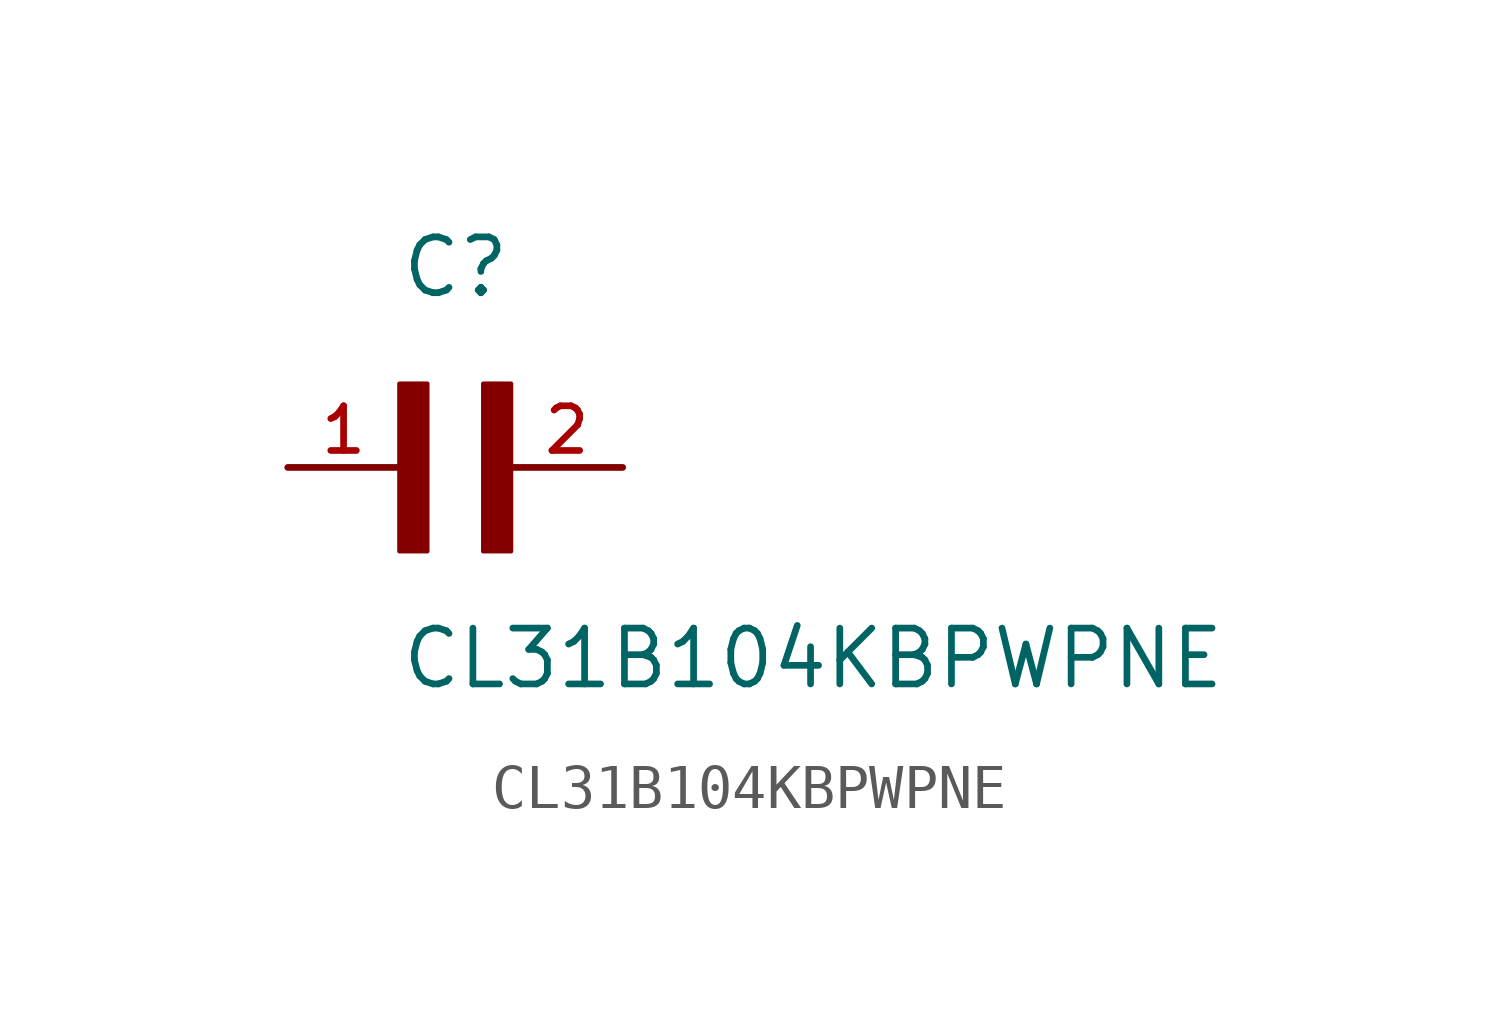
<source format=kicad_sym>
(kicad_symbol_lib
  (version 20211014)
  (generator kicad_symbol_editor)
  (symbol "CL31B104KBPWPNE"
    (pin_names
      (offset 1.016))
    (property "Reference" "C"
      (at 0.0 3.811 0)
      (effects (font (size 1.27 1.27)) (justify bottom left)))
    (property "Value" "CL31B104KBPWPNE"
      (at 0.0 -5.088 0)
      (effects (font (size 1.27 1.27)) (justify bottom left)))
    (symbol "CL31B104KBPWPNE_0_0"
      (rectangle (start 0.0 -1.907) (end 0.635 1.905) (stroke (width 0.1)) (fill (type outline)))
      (rectangle (start 1.907 -1.907) (end 2.54 1.905) (stroke (width 0.1)) (fill (type outline)))
      (pin passive line (at -2.54 0.0 0) (length 2.54) (name "~" (effects (font (size 1.016 1.016)))) (number "1" (effects (font (size 1.016 1.016)))))
      (pin passive line (at 5.08 0.0 180.0) (length 2.54) (name "~" (effects (font (size 1.016 1.016)))) (number "2" (effects (font (size 1.016 1.016))))))))
</source>
